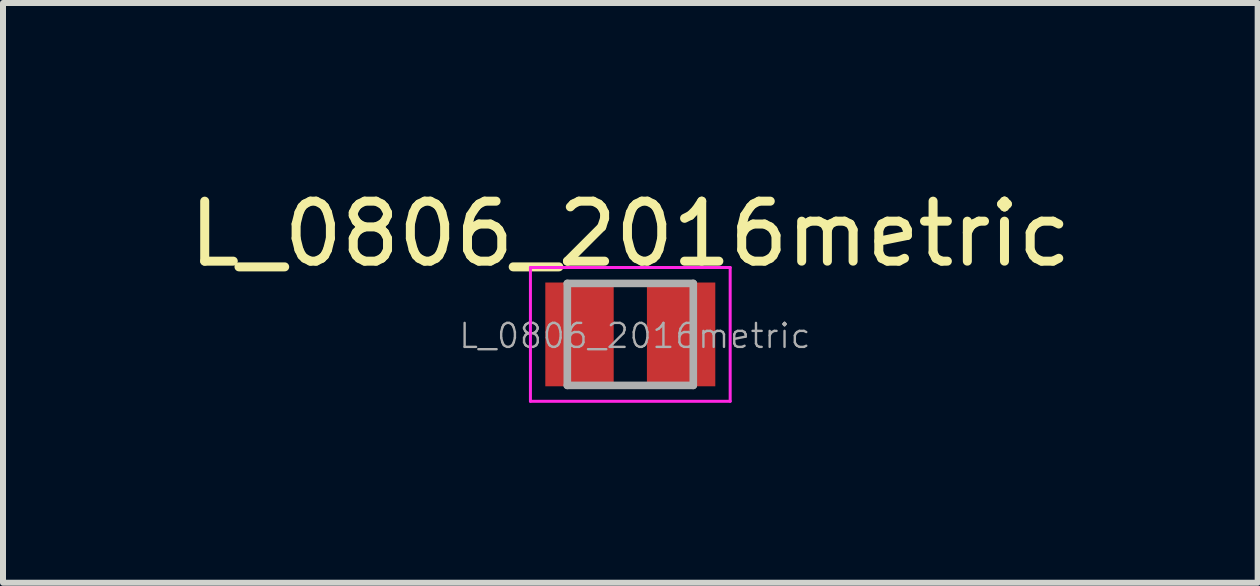
<source format=kicad_pcb>
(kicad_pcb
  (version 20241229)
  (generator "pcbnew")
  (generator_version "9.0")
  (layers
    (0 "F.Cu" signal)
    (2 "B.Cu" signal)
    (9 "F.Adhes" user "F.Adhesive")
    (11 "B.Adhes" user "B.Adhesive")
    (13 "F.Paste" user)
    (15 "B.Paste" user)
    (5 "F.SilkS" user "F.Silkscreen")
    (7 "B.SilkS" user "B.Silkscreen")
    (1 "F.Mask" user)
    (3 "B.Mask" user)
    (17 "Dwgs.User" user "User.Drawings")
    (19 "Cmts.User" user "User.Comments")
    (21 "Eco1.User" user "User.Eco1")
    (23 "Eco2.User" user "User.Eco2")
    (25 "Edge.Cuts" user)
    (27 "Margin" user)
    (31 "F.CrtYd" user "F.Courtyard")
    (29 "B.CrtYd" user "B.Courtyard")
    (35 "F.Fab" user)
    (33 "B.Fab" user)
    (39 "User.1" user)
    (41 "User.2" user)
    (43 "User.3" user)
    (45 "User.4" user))
  (footprint "L_0806_2016metric"
    (layer "F.Cu")
    (at 7.458 2.525)
    (property "Reference" "L_0806_2016metric" (at 0 -1.676 0) (layer "F.SilkS") (effects (font (size 1 1) (thickness 0.15))))
    (attr through_hole)
    (fp_line (start -1.665 -1.115) (end 1.665 -1.115) (stroke (width 0.05) (type solid)) (layer "F.CrtYd"))
    (fp_line (start -1.665 1.115) (end -1.665 -1.115) (stroke (width 0.05) (type solid)) (layer "F.CrtYd"))
    (fp_line (start -1.665 1.115) (end 1.665 1.115) (stroke (width 0.05) (type solid)) (layer "F.CrtYd"))
    (fp_line (start 1.665 1.115) (end 1.665 -1.115) (stroke (width 0.05) (type solid)) (layer "F.CrtYd"))
    (fp_line (start -1.05 0.85) (end -1.05 -0.85) (stroke (width 0.127) (type solid)) (layer "F.Fab"))
    (fp_line (start 1.05 -0.85) (end -1.05 -0.85) (stroke (width 0.127) (type solid)) (layer "F.Fab"))
    (fp_line (start 1.05 0.85) (end -1.05 0.85) (stroke (width 0.127) (type solid)) (layer "F.Fab"))
    (fp_line (start 1.05 0.85) (end 1.05 -0.85) (stroke (width 0.127) (type solid)) (layer "F.Fab"))
    (fp_text user "${REFERENCE}" (at 0.076 0.025 0) (layer "F.Fab") (effects (font (size 0.4 0.4) (thickness 0.04))))
    (pad "1" smd rect (at -0.847 0) (size 1.14 1.73) (layers "F.Cu" "F.Mask" "F.Paste"))
    (pad "2" smd rect (at 0.847 0) (size 1.14 1.73) (layers "F.Cu" "F.Mask" "F.Paste")))
  (gr_rect
    (start -3 -3)
    (end 17.917 6.665)
    (stroke (width 0.1) (type default))
    (fill no)
    (layer "Edge.Cuts")))
</source>
